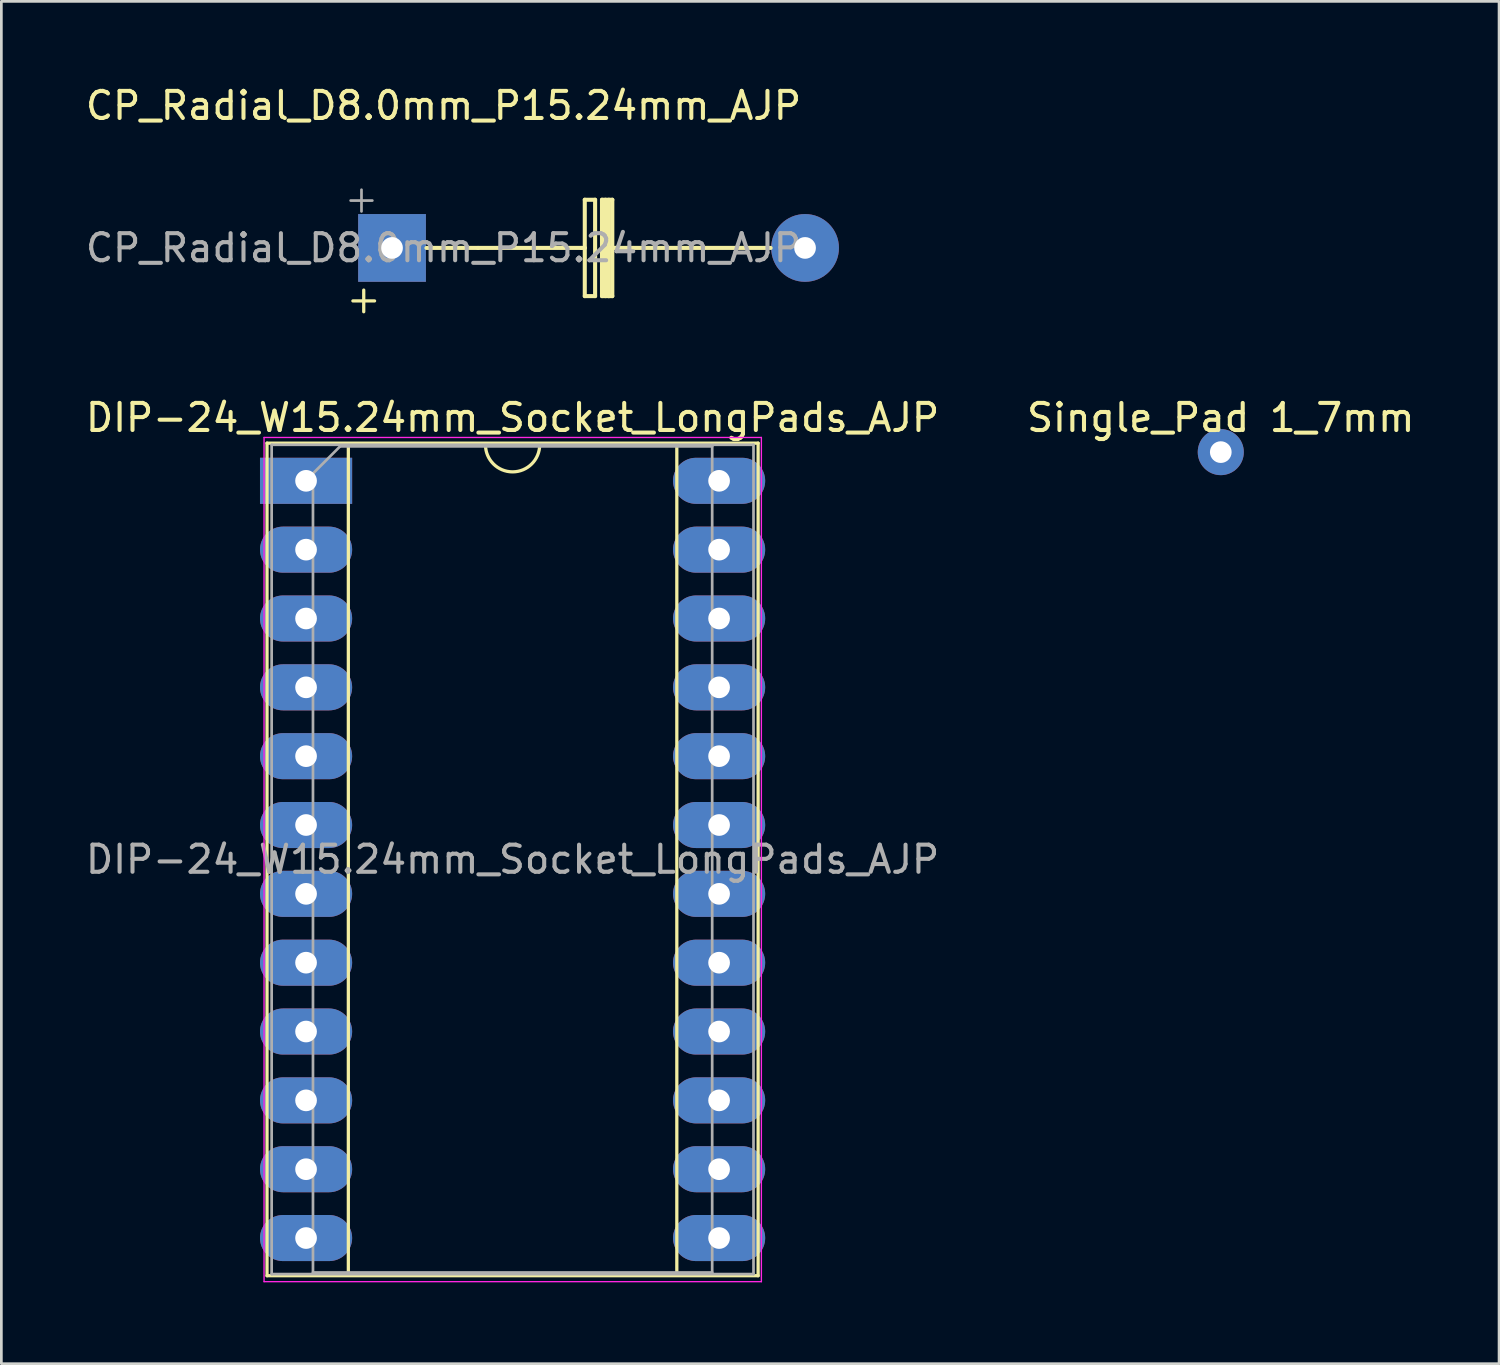
<source format=kicad_pcb>
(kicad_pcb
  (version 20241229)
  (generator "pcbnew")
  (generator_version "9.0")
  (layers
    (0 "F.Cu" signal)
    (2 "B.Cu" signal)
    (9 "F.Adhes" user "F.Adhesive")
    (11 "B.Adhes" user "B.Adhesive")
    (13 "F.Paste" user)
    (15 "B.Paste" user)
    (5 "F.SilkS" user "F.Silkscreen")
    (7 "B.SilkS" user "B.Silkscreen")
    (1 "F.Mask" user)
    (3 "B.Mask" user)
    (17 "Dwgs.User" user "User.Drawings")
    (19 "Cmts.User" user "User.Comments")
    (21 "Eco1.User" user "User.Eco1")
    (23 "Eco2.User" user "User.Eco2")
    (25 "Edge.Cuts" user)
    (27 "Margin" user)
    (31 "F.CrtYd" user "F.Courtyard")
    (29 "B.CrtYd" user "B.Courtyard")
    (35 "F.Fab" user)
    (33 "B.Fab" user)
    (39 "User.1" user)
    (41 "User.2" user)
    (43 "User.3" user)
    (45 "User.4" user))
  (footprint "CP_Radial_D8.0mm_P15.24mm_AJP"
    (layer "F.Cu")
    (at 11.415 6.098)
    (property "Reference" "CP_Radial_D8.0mm_P15.24mm_AJP" (at 1.9 -5.25 0) (layer "F.SilkS") (effects (font (size 1 1) (thickness 0.15))))
    (attr through_hole)
    (fp_line (start -1.444 1.955) (end -0.644 1.955) (stroke (width 0.12) (type solid)) (layer "F.SilkS"))
    (fp_line (start -1.044 1.555) (end -1.044 2.355) (stroke (width 0.12) (type solid)) (layer "F.SilkS"))
    (fp_line (start 1.905 0) (end 1.27 0) (stroke (width 0.15) (type solid)) (layer "F.SilkS"))
    (fp_line (start 1.905 0) (end 3.175 0) (stroke (width 0.15) (type solid)) (layer "F.SilkS"))
    (fp_line (start 6.985 0) (end 3.175 0) (stroke (width 0.15) (type solid)) (layer "F.SilkS"))
    (fp_line (start 7.112 -1.778) (end 7.493 -1.778) (stroke (width 0.15) (type solid)) (layer "F.SilkS"))
    (fp_line (start 7.112 0) (end 6.985 0) (stroke (width 0.15) (type solid)) (layer "F.SilkS"))
    (fp_line (start 7.112 0) (end 7.112 -1.778) (stroke (width 0.15) (type solid)) (layer "F.SilkS"))
    (fp_line (start 7.112 1.778) (end 7.112 0) (stroke (width 0.15) (type solid)) (layer "F.SilkS"))
    (fp_line (start 7.493 -1.778) (end 7.493 1.778) (stroke (width 0.15) (type solid)) (layer "F.SilkS"))
    (fp_line (start 7.493 1.778) (end 7.112 1.778) (stroke (width 0.15) (type solid)) (layer "F.SilkS"))
    (fp_line (start 7.747 -1.778) (end 8.128 -1.778) (stroke (width 0.15) (type solid)) (layer "F.SilkS"))
    (fp_line (start 7.747 0) (end 7.747 -1.778) (stroke (width 0.15) (type solid)) (layer "F.SilkS"))
    (fp_line (start 7.747 1.778) (end 7.747 0) (stroke (width 0.15) (type solid)) (layer "F.SilkS"))
    (fp_line (start 7.874 -1.778) (end 7.874 1.778) (stroke (width 0.15) (type solid)) (layer "F.SilkS"))
    (fp_line (start 7.874 0) (end 8.255 0) (stroke (width 0.15) (type solid)) (layer "F.SilkS"))
    (fp_line (start 8.001 -1.778) (end 8.001 1.778) (stroke (width 0.15) (type solid)) (layer "F.SilkS"))
    (fp_line (start 8.001 1.778) (end 7.747 1.778) (stroke (width 0.15) (type solid)) (layer "F.SilkS"))
    (fp_line (start 8.128 -1.778) (end 8.128 1.778) (stroke (width 0.15) (type solid)) (layer "F.SilkS"))
    (fp_line (start 8.128 1.778) (end 8.001 1.778) (stroke (width 0.15) (type solid)) (layer "F.SilkS"))
    (fp_line (start 8.255 0) (end 8.89 0) (stroke (width 0.15) (type solid)) (layer "F.SilkS"))
    (fp_line (start 8.89 0) (end 10.16 0) (stroke (width 0.15) (type solid)) (layer "F.SilkS"))
    (fp_line (start 10.16 0) (end 13.97 0) (stroke (width 0.15) (type solid)) (layer "F.SilkS"))
    (fp_line (start -1.527 -1.748) (end -0.727 -1.748) (stroke (width 0.1) (type solid)) (layer "F.Fab"))
    (fp_line (start -1.127 -2.147) (end -1.127 -1.347) (stroke (width 0.1) (type solid)) (layer "F.Fab"))
    (fp_text user "${REFERENCE}" (at 1.9 0 0) (layer "F.Fab") (effects (font (size 1 1) (thickness 0.15))))
    (pad "1" thru_hole rect (at 0 0) (size 2.5 2.5) (drill 0.8) (layers "*.Cu" "*.Mask"))
    (pad "2" thru_hole circle (at 15.24 0) (size 2.5 2.5) (drill 0.8) (layers "*.Cu" "*.Mask")))
  (footprint "Single_Pad 1_7mm"
    (layer "F.Cu")
    (at 41.994 13.632)
    (property "Reference" "Single_Pad 1_7mm" (at 0 -1.27 0) (layer "F.SilkS") (effects (font (size 1 1) (thickness 0.15))))
    (attr through_hole)
    (pad "1" thru_hole circle (at 0 0) (size 1.7 1.7) (drill 0.8) (layers "*.Cu" "*.Mask")))
  (footprint "DIP-24_W15.24mm_Socket_LongPads_AJP"
    (layer "F.Cu")
    (at 8.243 14.691)
    (property "Reference" "DIP-24_W15.24mm_Socket_LongPads_AJP" (at 7.62 -2.33 0) (layer "F.SilkS") (effects (font (size 1 1) (thickness 0.15))))
    (attr through_hole)
    (fp_line (start -1.44 -1.39) (end -1.44 29.33) (stroke (width 0.12) (type solid)) (layer "F.SilkS"))
    (fp_line (start -1.44 29.33) (end 16.68 29.33) (stroke (width 0.12) (type solid)) (layer "F.SilkS"))
    (fp_line (start 1.56 -1.33) (end 1.56 29.27) (stroke (width 0.12) (type solid)) (layer "F.SilkS"))
    (fp_line (start 1.56 29.27) (end 13.68 29.27) (stroke (width 0.12) (type solid)) (layer "F.SilkS"))
    (fp_line (start 6.62 -1.33) (end 1.56 -1.33) (stroke (width 0.12) (type solid)) (layer "F.SilkS"))
    (fp_line (start 13.68 -1.33) (end 8.62 -1.33) (stroke (width 0.12) (type solid)) (layer "F.SilkS"))
    (fp_line (start 13.68 29.27) (end 13.68 -1.33) (stroke (width 0.12) (type solid)) (layer "F.SilkS"))
    (fp_line (start 16.68 -1.39) (end -1.44 -1.39) (stroke (width 0.12) (type solid)) (layer "F.SilkS"))
    (fp_line (start 16.68 29.33) (end 16.68 -1.39) (stroke (width 0.12) (type solid)) (layer "F.SilkS"))
    (fp_arc (start 8.62 -1.33) (mid 7.62 -0.33) (end 6.62 -1.33) (stroke (width 0.12) (type solid)) (layer "F.SilkS"))
    (fp_line (start -1.55 -1.6) (end -1.55 29.55) (stroke (width 0.05) (type solid)) (layer "F.CrtYd"))
    (fp_line (start -1.55 29.55) (end 16.8 29.55) (stroke (width 0.05) (type solid)) (layer "F.CrtYd"))
    (fp_line (start 16.8 -1.6) (end -1.55 -1.6) (stroke (width 0.05) (type solid)) (layer "F.CrtYd"))
    (fp_line (start 16.8 29.55) (end 16.8 -1.6) (stroke (width 0.05) (type solid)) (layer "F.CrtYd"))
    (fp_line (start -1.27 -1.33) (end -1.27 29.27) (stroke (width 0.1) (type solid)) (layer "F.Fab"))
    (fp_line (start -1.27 29.27) (end 16.51 29.27) (stroke (width 0.1) (type solid)) (layer "F.Fab"))
    (fp_line (start 0.255 -0.27) (end 1.255 -1.27) (stroke (width 0.1) (type solid)) (layer "F.Fab"))
    (fp_line (start 0.255 29.21) (end 0.255 -0.27) (stroke (width 0.1) (type solid)) (layer "F.Fab"))
    (fp_line (start 1.255 -1.27) (end 14.985 -1.27) (stroke (width 0.1) (type solid)) (layer "F.Fab"))
    (fp_line (start 14.985 -1.27) (end 14.985 29.21) (stroke (width 0.1) (type solid)) (layer "F.Fab"))
    (fp_line (start 14.985 29.21) (end 0.255 29.21) (stroke (width 0.1) (type solid)) (layer "F.Fab"))
    (fp_line (start 16.51 -1.33) (end -1.27 -1.33) (stroke (width 0.1) (type solid)) (layer "F.Fab"))
    (fp_line (start 16.51 29.27) (end 16.51 -1.33) (stroke (width 0.1) (type solid)) (layer "F.Fab"))
    (fp_text user "${REFERENCE}" (at 7.62 13.97 0) (layer "F.Fab") (effects (font (size 1 1) (thickness 0.15))))
    (pad "1" thru_hole rect (at 0 0) (size 3.4 1.7) (drill 0.8) (layers "*.Cu" "*.Mask"))
    (pad "2" thru_hole oval (at 0 2.54) (size 3.4 1.7) (drill 0.8) (layers "*.Cu" "*.Mask"))
    (pad "3" thru_hole oval (at 0 5.08) (size 3.4 1.7) (drill 0.8) (layers "*.Cu" "*.Mask"))
    (pad "4" thru_hole oval (at 0 7.62) (size 3.4 1.7) (drill 0.8) (layers "*.Cu" "*.Mask"))
    (pad "5" thru_hole oval (at 0 10.16) (size 3.4 1.7) (drill 0.8) (layers "*.Cu" "*.Mask"))
    (pad "6" thru_hole oval (at 0 12.7) (size 3.4 1.7) (drill 0.8) (layers "*.Cu" "*.Mask"))
    (pad "7" thru_hole oval (at 0 15.24) (size 3.4 1.7) (drill 0.8) (layers "*.Cu" "*.Mask"))
    (pad "8" thru_hole oval (at 0 17.78) (size 3.4 1.7) (drill 0.8) (layers "*.Cu" "*.Mask"))
    (pad "9" thru_hole oval (at 0 20.32) (size 3.4 1.7) (drill 0.8) (layers "*.Cu" "*.Mask"))
    (pad "10" thru_hole oval (at 0 22.86) (size 3.4 1.7) (drill 0.8) (layers "*.Cu" "*.Mask"))
    (pad "11" thru_hole oval (at 0 25.4) (size 3.4 1.7) (drill 0.8) (layers "*.Cu" "*.Mask"))
    (pad "12" thru_hole oval (at 0 27.94) (size 3.4 1.7) (drill 0.8) (layers "*.Cu" "*.Mask"))
    (pad "13" thru_hole oval (at 15.24 27.94) (size 3.4 1.7) (drill 0.8) (layers "*.Cu" "*.Mask"))
    (pad "14" thru_hole oval (at 15.24 25.4) (size 3.4 1.7) (drill 0.8) (layers "*.Cu" "*.Mask"))
    (pad "15" thru_hole oval (at 15.24 22.86) (size 3.4 1.7) (drill 0.8) (layers "*.Cu" "*.Mask"))
    (pad "16" thru_hole oval (at 15.24 20.32) (size 3.4 1.7) (drill 0.8) (layers "*.Cu" "*.Mask"))
    (pad "17" thru_hole oval (at 15.24 17.78) (size 3.4 1.7) (drill 0.8) (layers "*.Cu" "*.Mask"))
    (pad "18" thru_hole oval (at 15.24 15.24) (size 3.4 1.7) (drill 0.8) (layers "*.Cu" "*.Mask"))
    (pad "19" thru_hole oval (at 15.24 12.7) (size 3.4 1.7) (drill 0.8) (layers "*.Cu" "*.Mask"))
    (pad "20" thru_hole oval (at 15.24 10.16) (size 3.4 1.7) (drill 0.8) (layers "*.Cu" "*.Mask"))
    (pad "21" thru_hole oval (at 15.24 7.62) (size 3.4 1.7) (drill 0.8) (layers "*.Cu" "*.Mask"))
    (pad "22" thru_hole oval (at 15.24 5.08) (size 3.4 1.7) (drill 0.8) (layers "*.Cu" "*.Mask"))
    (pad "23" thru_hole oval (at 15.24 2.54) (size 3.4 1.7) (drill 0.8) (layers "*.Cu" "*.Mask"))
    (pad "24" thru_hole oval (at 15.24 0) (size 3.4 1.7) (drill 0.8) (layers "*.Cu" "*.Mask")))
  (gr_rect
    (start -3 -3)
    (end 52.262 47.267)
    (stroke (width 0.1) (type default))
    (fill no)
    (layer "Edge.Cuts")))
</source>
